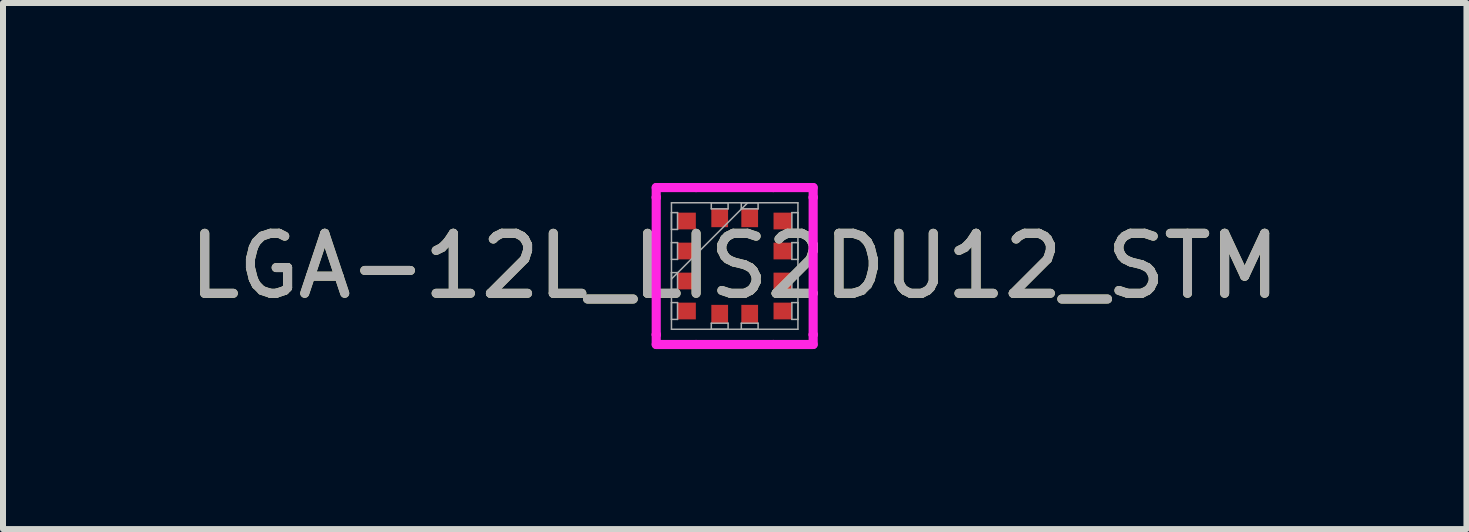
<source format=kicad_pcb>
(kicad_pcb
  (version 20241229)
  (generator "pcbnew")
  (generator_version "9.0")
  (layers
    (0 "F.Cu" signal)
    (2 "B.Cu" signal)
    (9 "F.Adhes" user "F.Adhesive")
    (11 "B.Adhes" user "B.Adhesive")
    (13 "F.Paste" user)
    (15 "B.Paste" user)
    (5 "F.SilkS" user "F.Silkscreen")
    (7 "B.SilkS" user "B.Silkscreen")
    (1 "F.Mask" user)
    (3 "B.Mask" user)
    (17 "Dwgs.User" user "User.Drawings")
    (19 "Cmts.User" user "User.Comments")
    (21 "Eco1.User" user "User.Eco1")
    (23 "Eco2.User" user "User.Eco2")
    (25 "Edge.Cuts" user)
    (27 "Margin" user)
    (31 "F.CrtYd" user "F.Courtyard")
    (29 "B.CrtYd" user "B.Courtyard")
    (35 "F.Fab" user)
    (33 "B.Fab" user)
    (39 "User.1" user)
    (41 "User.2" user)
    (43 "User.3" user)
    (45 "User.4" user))
  (footprint "LGA-12L_LIS2DU12_STM"
    (layer "F.Cu")
    (at 9.196 1.384)
    (property "Reference" "LGA-12L_LIS2DU12_STM" (at 0 0 0) (unlocked yes) (layer "F.SilkS") (effects (font (size 1 1) (thickness 0.15))))
    (attr smd)
    (fp_line (start -1.308 -1.308) (end -0.644 -1.308) (stroke (width 0.152) (type solid)) (layer "F.CrtYd"))
    (fp_line (start -1.308 -1.144) (end -1.308 -1.308) (stroke (width 0.152) (type solid)) (layer "F.CrtYd"))
    (fp_line (start -1.308 -1.144) (end -1.308 -1.144) (stroke (width 0.152) (type solid)) (layer "F.CrtYd"))
    (fp_line (start -1.308 1.144) (end -1.308 -1.144) (stroke (width 0.152) (type solid)) (layer "F.CrtYd"))
    (fp_line (start -1.308 1.144) (end -1.308 1.144) (stroke (width 0.152) (type solid)) (layer "F.CrtYd"))
    (fp_line (start -1.308 1.308) (end -1.308 1.144) (stroke (width 0.152) (type solid)) (layer "F.CrtYd"))
    (fp_line (start -0.644 -1.308) (end -0.644 -1.308) (stroke (width 0.152) (type solid)) (layer "F.CrtYd"))
    (fp_line (start -0.644 -1.308) (end 0.644 -1.308) (stroke (width 0.152) (type solid)) (layer "F.CrtYd"))
    (fp_line (start -0.644 1.308) (end -1.308 1.308) (stroke (width 0.152) (type solid)) (layer "F.CrtYd"))
    (fp_line (start -0.644 1.308) (end -0.644 1.308) (stroke (width 0.152) (type solid)) (layer "F.CrtYd"))
    (fp_line (start 0.644 -1.308) (end 0.644 -1.308) (stroke (width 0.152) (type solid)) (layer "F.CrtYd"))
    (fp_line (start 0.644 -1.308) (end 1.308 -1.308) (stroke (width 0.152) (type solid)) (layer "F.CrtYd"))
    (fp_line (start 0.644 1.308) (end -0.644 1.308) (stroke (width 0.152) (type solid)) (layer "F.CrtYd"))
    (fp_line (start 0.644 1.308) (end 0.644 1.308) (stroke (width 0.152) (type solid)) (layer "F.CrtYd"))
    (fp_line (start 1.308 -1.308) (end 1.308 -1.144) (stroke (width 0.152) (type solid)) (layer "F.CrtYd"))
    (fp_line (start 1.308 -1.144) (end 1.308 -1.144) (stroke (width 0.152) (type solid)) (layer "F.CrtYd"))
    (fp_line (start 1.308 -1.144) (end 1.308 1.144) (stroke (width 0.152) (type solid)) (layer "F.CrtYd"))
    (fp_line (start 1.308 1.144) (end 1.308 1.144) (stroke (width 0.152) (type solid)) (layer "F.CrtYd"))
    (fp_line (start 1.308 1.144) (end 1.308 1.308) (stroke (width 0.152) (type solid)) (layer "F.CrtYd"))
    (fp_line (start 1.308 1.308) (end 0.644 1.308) (stroke (width 0.152) (type solid)) (layer "F.CrtYd"))
    (fp_line (start -1.054 -1.054) (end -1.054 1.054) (stroke (width 0.025) (type solid)) (layer "F.Fab"))
    (fp_line (start -1.054 -0.89) (end -0.953 -0.89) (stroke (width 0.025) (type solid)) (layer "F.Fab"))
    (fp_line (start -1.054 -0.61) (end -1.054 -0.89) (stroke (width 0.025) (type solid)) (layer "F.Fab"))
    (fp_line (start -1.054 -0.39) (end -0.953 -0.39) (stroke (width 0.025) (type solid)) (layer "F.Fab"))
    (fp_line (start -1.054 -0.11) (end -1.054 -0.39) (stroke (width 0.025) (type solid)) (layer "F.Fab"))
    (fp_line (start -1.054 0.11) (end -0.953 0.11) (stroke (width 0.025) (type solid)) (layer "F.Fab"))
    (fp_line (start -1.054 0.216) (end 0.216 -1.054) (stroke (width 0.025) (type solid)) (layer "F.Fab"))
    (fp_line (start -1.054 0.39) (end -1.054 0.11) (stroke (width 0.025) (type solid)) (layer "F.Fab"))
    (fp_line (start -1.054 0.61) (end -0.953 0.61) (stroke (width 0.025) (type solid)) (layer "F.Fab"))
    (fp_line (start -1.054 0.89) (end -1.054 0.61) (stroke (width 0.025) (type solid)) (layer "F.Fab"))
    (fp_line (start -1.054 1.054) (end 1.054 1.054) (stroke (width 0.025) (type solid)) (layer "F.Fab"))
    (fp_line (start -0.953 -0.89) (end -0.953 -0.61) (stroke (width 0.025) (type solid)) (layer "F.Fab"))
    (fp_line (start -0.953 -0.61) (end -1.054 -0.61) (stroke (width 0.025) (type solid)) (layer "F.Fab"))
    (fp_line (start -0.953 -0.39) (end -0.953 -0.11) (stroke (width 0.025) (type solid)) (layer "F.Fab"))
    (fp_line (start -0.953 -0.11) (end -1.054 -0.11) (stroke (width 0.025) (type solid)) (layer "F.Fab"))
    (fp_line (start -0.953 0.11) (end -0.953 0.39) (stroke (width 0.025) (type solid)) (layer "F.Fab"))
    (fp_line (start -0.953 0.39) (end -1.054 0.39) (stroke (width 0.025) (type solid)) (layer "F.Fab"))
    (fp_line (start -0.953 0.61) (end -0.953 0.89) (stroke (width 0.025) (type solid)) (layer "F.Fab"))
    (fp_line (start -0.953 0.89) (end -1.054 0.89) (stroke (width 0.025) (type solid)) (layer "F.Fab"))
    (fp_line (start -0.39 -1.054) (end -0.11 -1.054) (stroke (width 0.025) (type solid)) (layer "F.Fab"))
    (fp_line (start -0.39 -0.953) (end -0.39 -1.054) (stroke (width 0.025) (type solid)) (layer "F.Fab"))
    (fp_line (start -0.39 0.953) (end -0.11 0.953) (stroke (width 0.025) (type solid)) (layer "F.Fab"))
    (fp_line (start -0.39 1.054) (end -0.39 0.953) (stroke (width 0.025) (type solid)) (layer "F.Fab"))
    (fp_line (start -0.11 -1.054) (end -0.11 -0.953) (stroke (width 0.025) (type solid)) (layer "F.Fab"))
    (fp_line (start -0.11 -0.953) (end -0.39 -0.953) (stroke (width 0.025) (type solid)) (layer "F.Fab"))
    (fp_line (start -0.11 0.953) (end -0.11 1.054) (stroke (width 0.025) (type solid)) (layer "F.Fab"))
    (fp_line (start -0.11 1.054) (end -0.39 1.054) (stroke (width 0.025) (type solid)) (layer "F.Fab"))
    (fp_line (start 0.11 -1.054) (end 0.39 -1.054) (stroke (width 0.025) (type solid)) (layer "F.Fab"))
    (fp_line (start 0.11 -0.953) (end 0.11 -1.054) (stroke (width 0.025) (type solid)) (layer "F.Fab"))
    (fp_line (start 0.11 0.953) (end 0.39 0.953) (stroke (width 0.025) (type solid)) (layer "F.Fab"))
    (fp_line (start 0.11 1.054) (end 0.11 0.953) (stroke (width 0.025) (type solid)) (layer "F.Fab"))
    (fp_line (start 0.39 -1.054) (end 0.39 -0.953) (stroke (width 0.025) (type solid)) (layer "F.Fab"))
    (fp_line (start 0.39 -0.953) (end 0.11 -0.953) (stroke (width 0.025) (type solid)) (layer "F.Fab"))
    (fp_line (start 0.39 0.953) (end 0.39 1.054) (stroke (width 0.025) (type solid)) (layer "F.Fab"))
    (fp_line (start 0.39 1.054) (end 0.11 1.054) (stroke (width 0.025) (type solid)) (layer "F.Fab"))
    (fp_line (start 0.953 -0.89) (end 1.054 -0.89) (stroke (width 0.025) (type solid)) (layer "F.Fab"))
    (fp_line (start 0.953 -0.61) (end 0.953 -0.89) (stroke (width 0.025) (type solid)) (layer "F.Fab"))
    (fp_line (start 0.953 -0.39) (end 1.054 -0.39) (stroke (width 0.025) (type solid)) (layer "F.Fab"))
    (fp_line (start 0.953 -0.11) (end 0.953 -0.39) (stroke (width 0.025) (type solid)) (layer "F.Fab"))
    (fp_line (start 0.953 0.11) (end 1.054 0.11) (stroke (width 0.025) (type solid)) (layer "F.Fab"))
    (fp_line (start 0.953 0.39) (end 0.953 0.11) (stroke (width 0.025) (type solid)) (layer "F.Fab"))
    (fp_line (start 0.953 0.61) (end 1.054 0.61) (stroke (width 0.025) (type solid)) (layer "F.Fab"))
    (fp_line (start 0.953 0.89) (end 0.953 0.61) (stroke (width 0.025) (type solid)) (layer "F.Fab"))
    (fp_line (start 1.054 -1.054) (end -1.054 -1.054) (stroke (width 0.025) (type solid)) (layer "F.Fab"))
    (fp_line (start 1.054 -0.89) (end 1.054 -0.61) (stroke (width 0.025) (type solid)) (layer "F.Fab"))
    (fp_line (start 1.054 -0.61) (end 0.953 -0.61) (stroke (width 0.025) (type solid)) (layer "F.Fab"))
    (fp_line (start 1.054 -0.39) (end 1.054 -0.11) (stroke (width 0.025) (type solid)) (layer "F.Fab"))
    (fp_line (start 1.054 -0.11) (end 0.953 -0.11) (stroke (width 0.025) (type solid)) (layer "F.Fab"))
    (fp_line (start 1.054 0.11) (end 1.054 0.39) (stroke (width 0.025) (type solid)) (layer "F.Fab"))
    (fp_line (start 1.054 0.39) (end 0.953 0.39) (stroke (width 0.025) (type solid)) (layer "F.Fab"))
    (fp_line (start 1.054 0.61) (end 1.054 0.89) (stroke (width 0.025) (type solid)) (layer "F.Fab"))
    (fp_line (start 1.054 0.89) (end 0.953 0.89) (stroke (width 0.025) (type solid)) (layer "F.Fab"))
    (fp_line (start 1.054 1.054) (end 1.054 -1.054) (stroke (width 0.025) (type solid)) (layer "F.Fab"))
    (fp_text user "${REFERENCE}" (at 0 0 0) (unlocked yes) (layer "F.Fab") (effects (font (size 1 1) (thickness 0.15))))
    (pad "1" smd rect (at -0.8 -0.75 90) (size 0.279 0.305) (layers "F.Cu" "F.Mask" "F.Paste"))
    (pad "2" smd rect (at -0.8 -0.25 90) (size 0.279 0.305) (layers "F.Cu" "F.Mask" "F.Paste"))
    (pad "3" smd rect (at -0.8 0.25 90) (size 0.279 0.305) (layers "F.Cu" "F.Mask" "F.Paste"))
    (pad "4" smd rect (at -0.8 0.75 90) (size 0.279 0.305) (layers "F.Cu" "F.Mask" "F.Paste"))
    (pad "5" smd rect (at -0.25 0.8) (size 0.279 0.305) (layers "F.Cu" "F.Mask" "F.Paste"))
    (pad "6" smd rect (at 0.25 0.8) (size 0.279 0.305) (layers "F.Cu" "F.Mask" "F.Paste"))
    (pad "7" smd rect (at 0.8 0.75 90) (size 0.279 0.305) (layers "F.Cu" "F.Mask" "F.Paste"))
    (pad "8" smd rect (at 0.8 0.25 90) (size 0.279 0.305) (layers "F.Cu" "F.Mask" "F.Paste"))
    (pad "9" smd rect (at 0.8 -0.25 90) (size 0.279 0.305) (layers "F.Cu" "F.Mask" "F.Paste"))
    (pad "10" smd rect (at 0.8 -0.75 90) (size 0.279 0.305) (layers "F.Cu" "F.Mask" "F.Paste"))
    (pad "11" smd rect (at 0.25 -0.8) (size 0.279 0.305) (layers "F.Cu" "F.Mask" "F.Paste"))
    (pad "12" smd rect (at -0.25 -0.8) (size 0.279 0.305) (layers "F.Cu" "F.Mask" "F.Paste")))
  (gr_rect
    (start -3 -3)
    (end 21.393 5.769)
    (stroke (width 0.1) (type default))
    (fill no)
    (layer "Edge.Cuts")))
</source>
